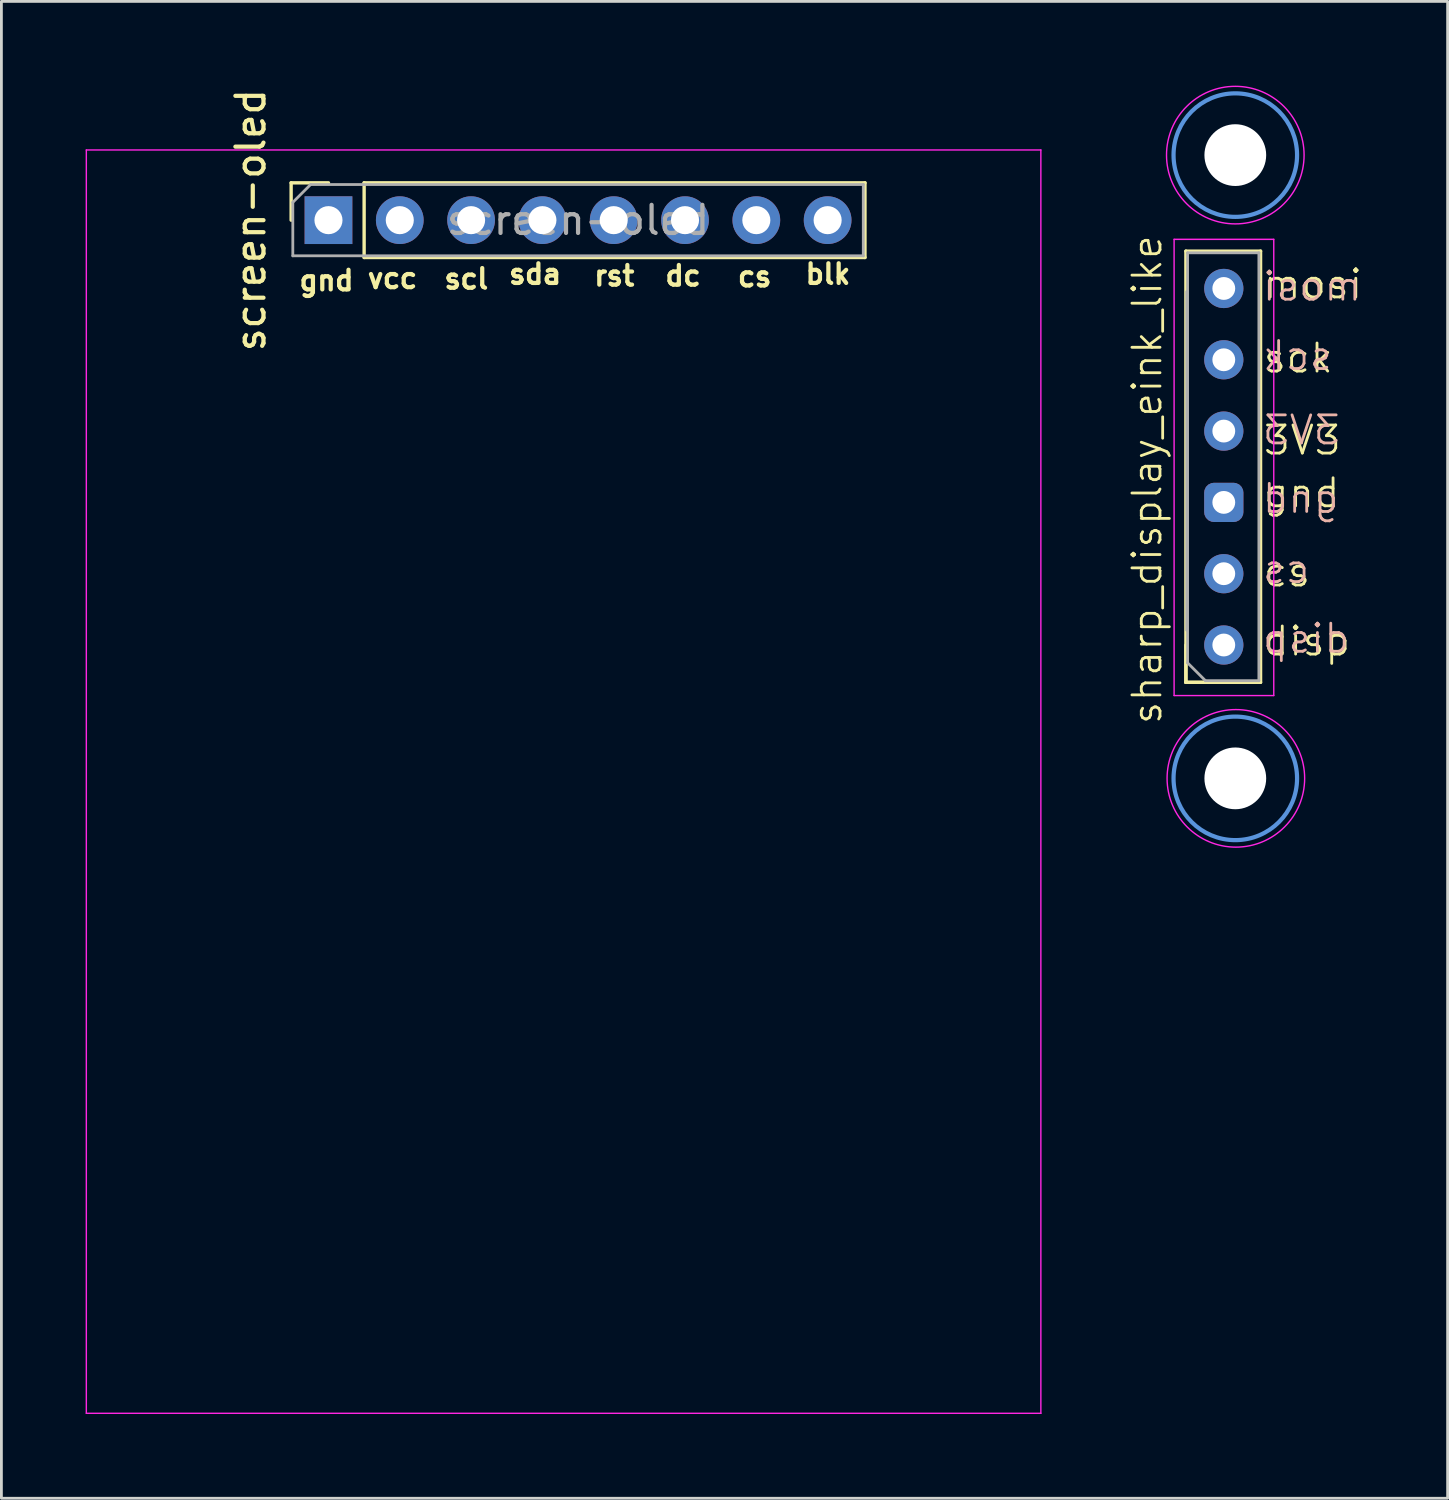
<source format=kicad_pcb>
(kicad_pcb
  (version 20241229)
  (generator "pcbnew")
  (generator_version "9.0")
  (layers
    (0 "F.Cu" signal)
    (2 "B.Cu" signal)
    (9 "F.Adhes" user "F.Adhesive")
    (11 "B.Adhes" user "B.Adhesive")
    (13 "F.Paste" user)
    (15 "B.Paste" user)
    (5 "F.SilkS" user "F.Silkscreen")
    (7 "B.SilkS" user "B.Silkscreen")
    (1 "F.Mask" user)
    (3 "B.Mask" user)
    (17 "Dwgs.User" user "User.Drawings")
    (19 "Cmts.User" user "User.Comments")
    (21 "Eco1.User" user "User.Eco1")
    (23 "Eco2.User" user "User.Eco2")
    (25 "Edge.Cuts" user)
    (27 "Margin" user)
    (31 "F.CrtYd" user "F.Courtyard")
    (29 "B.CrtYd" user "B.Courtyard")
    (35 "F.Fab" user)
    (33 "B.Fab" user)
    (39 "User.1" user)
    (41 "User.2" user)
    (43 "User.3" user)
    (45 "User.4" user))
  (footprint "sharp_display_eink_like"
    (layer "F.Cu")
    (at 40.401 13.675)
    (property "Reference" "sharp_display_eink_like" (at -2.59 0.36 90) (unlocked yes) (layer "F.SilkS") (effects (font (size 1 1) (thickness 0.1))))
    (attr through_hole)
    (fp_line (start -1.21 7.58) (end -1.21 -7.78) (stroke (width 0.12) (type solid)) (layer "F.SilkS"))
    (fp_line (start -1.21 7.58) (end -1.21 6.25) (stroke (width 0.12) (type solid)) (layer "F.SilkS"))
    (fp_line (start 0.12 7.58) (end -1.21 7.58) (stroke (width 0.12) (type solid)) (layer "F.SilkS"))
    (fp_line (start 1.45 -7.78) (end -1.21 -7.78) (stroke (width 0.12) (type solid)) (layer "F.SilkS"))
    (fp_line (start 1.45 7.58) (end -1.21 7.58) (stroke (width 0.12) (type solid)) (layer "F.SilkS"))
    (fp_line (start 1.45 7.58) (end 1.45 -7.78) (stroke (width 0.12) (type solid)) (layer "F.SilkS"))
    (fp_circle (center 0.55 -11.2) (end 2.75 -11.2) (stroke (width 0.15) (type solid)) (fill no) (layer "Cmts.User"))
    (fp_circle (center 0.55 11) (end 2.75 11) (stroke (width 0.15) (type solid)) (fill no) (layer "Cmts.User"))
    (fp_line (start -1.63 -8.2) (end 1.92 -8.2) (stroke (width 0.05) (type solid)) (layer "F.CrtYd"))
    (fp_line (start -1.63 8.05) (end -1.63 -8.2) (stroke (width 0.05) (type solid)) (layer "F.CrtYd"))
    (fp_line (start 1.92 -8.2) (end 1.92 8.05) (stroke (width 0.05) (type solid)) (layer "F.CrtYd"))
    (fp_line (start 1.92 8.05) (end -1.63 8.05) (stroke (width 0.05) (type solid)) (layer "F.CrtYd"))
    (fp_circle (center 0.55 -11.2) (end 3 -11.2) (stroke (width 0.05) (type solid)) (fill no) (layer "F.CrtYd"))
    (fp_circle (center 0.57 11) (end 3.02 11) (stroke (width 0.05) (type solid)) (fill no) (layer "F.CrtYd"))
    (fp_line (start -1.18 5.725) (end -1.18 -6.34) (stroke (width 0.1) (type solid)) (layer "F.Fab"))
    (fp_line (start -1.15 -7.72) (end 1.39 -7.72) (stroke (width 0.1) (type solid)) (layer "F.Fab"))
    (fp_line (start -1.15 6.885) (end -1.15 -7.72) (stroke (width 0.1) (type solid)) (layer "F.Fab"))
    (fp_line (start -0.515 7.52) (end -1.15 6.885) (stroke (width 0.1) (type solid)) (layer "F.Fab"))
    (fp_line (start 1.39 -7.72) (end 1.39 7.52) (stroke (width 0.1) (type solid)) (layer "F.Fab"))
    (fp_line (start 1.39 7.52) (end -0.515 7.52) (stroke (width 0.1) (type solid)) (layer "F.Fab"))
    (fp_text user "cs" (at 1.49 4.24 0) (unlocked yes) (layer "F.SilkS") (effects (font (size 1 1) (thickness 0.1)) (justify left bottom)))
    (fp_text user "3V3" (at 1.49 -0.46 0) (unlocked yes) (layer "F.SilkS") (effects (font (size 1 1) (thickness 0.1)) (justify left bottom)))
    (fp_text user "sck" (at 1.49 -3.38 0) (unlocked yes) (layer "F.SilkS") (effects (font (size 1 1) (thickness 0.1)) (justify left bottom)))
    (fp_text user "mosi" (at 1.49 -6.02 0) (unlocked yes) (layer "F.SilkS") (effects (font (size 1 1) (thickness 0.1)) (justify left bottom)))
    (fp_text user "gnd" (at 1.49 1.42 0) (unlocked yes) (layer "F.SilkS") (effects (font (size 1 1) (thickness 0.1)) (justify left bottom)))
    (fp_text user "disp" (at 1.49 6.7 0) (unlocked yes) (layer "F.SilkS") (effects (font (size 1 1) (thickness 0.1)) (justify left bottom)))
    (fp_text user "3V3" (at 4.35 -0.82 0) (unlocked yes) (layer "B.SilkS") (effects (font (size 1 1) (thickness 0.1)) (justify left bottom mirror)))
    (fp_text user "sck" (at 4.064 -3.47 0) (unlocked yes) (layer "B.SilkS") (effects (font (size 1 1) (thickness 0.1)) (justify left bottom mirror)))
    (fp_text user "gnd" (at 4.302 1.62 0) (unlocked yes) (layer "B.SilkS") (effects (font (size 1 1) (thickness 0.1)) (justify left bottom mirror)))
    (fp_text user "cs" (at 3.255 4.12 0) (unlocked yes) (layer "B.SilkS") (effects (font (size 1 1) (thickness 0.1)) (justify left bottom mirror)))
    (fp_text user "disp" (at 4.683 6.6 0) (unlocked yes) (layer "B.SilkS") (effects (font (size 1 1) (thickness 0.1)) (justify left bottom mirror)))
    (fp_text user "mosi" (at 5.112 -5.94 0) (unlocked yes) (layer "B.SilkS") (effects (font (size 1 1) (thickness 0.1)) (justify left bottom mirror)))
    (pad "" np_thru_hole circle (at 0.55 -11.2) (size 2.2 2.2) (drill 2.2) (layers "*.Cu" "*.Mask"))
    (pad "" np_thru_hole circle (at 0.55 11) (size 2.2 2.2) (drill 2.2) (layers "*.Cu" "*.Mask"))
    (pad "1" thru_hole circle (at 0.14 6.25 180) (size 1.397 1.397) (drill 0.813) (layers "*.Cu" "*.Mask"))
    (pad "2" thru_hole circle (at 0.14 3.71 180) (size 1.397 1.397) (drill 0.813) (layers "*.Cu" "*.Mask"))
    (pad "3" thru_hole roundrect (at 0.14 1.17 180) (size 1.397 1.397) (drill 0.813) (layers "*.Cu" "*.Mask") (roundrect_rratio 0.25))
    (pad "4" thru_hole circle (at 0.14 -1.37 180) (size 1.397 1.397) (drill 0.813) (layers "*.Cu" "*.Mask"))
    (pad "5" thru_hole circle (at 0.14 -3.91 180) (size 1.397 1.397) (drill 0.813) (layers "*.Cu" "*.Mask"))
    (pad "6" thru_hole circle (at 0.14 -6.45 180) (size 1.397 1.397) (drill 0.813) (layers "*.Cu" "*.Mask")))
  (footprint "screen-oled"
    (layer "F.Cu")
    (at 8.65 4.792)
    (property "Reference" "screen-oled" (at -2.77 0 90) (layer "F.SilkS") (effects (font (size 1 1) (thickness 0.15))))
    (attr through_hole)
    (fp_line (start -1.33 -1.33) (end 0 -1.33) (stroke (width 0.12) (type solid)) (layer "F.SilkS"))
    (fp_line (start -1.33 0) (end -1.33 -1.33) (stroke (width 0.12) (type solid)) (layer "F.SilkS"))
    (fp_line (start 1.27 -1.33) (end 19.11 -1.33) (stroke (width 0.12) (type solid)) (layer "F.SilkS"))
    (fp_line (start 1.27 1.33) (end 1.27 -1.33) (stroke (width 0.12) (type solid)) (layer "F.SilkS"))
    (fp_line (start 1.27 1.33) (end 19.11 1.33) (stroke (width 0.12) (type solid)) (layer "F.SilkS"))
    (fp_line (start 19.11 1.33) (end 19.11 -1.33) (stroke (width 0.12) (type solid)) (layer "F.SilkS"))
    (fp_line (start -8.625 42.5) (end -8.625 -2.5) (stroke (width 0.05) (type solid)) (layer "F.CrtYd"))
    (fp_line (start 25.375 -2.5) (end -8.625 -2.5) (stroke (width 0.05) (type solid)) (layer "F.CrtYd"))
    (fp_line (start 25.375 42.5) (end -8.625 42.5) (stroke (width 0.05) (type solid)) (layer "F.CrtYd"))
    (fp_line (start 25.375 42.5) (end 25.375 -2.5) (stroke (width 0.05) (type solid)) (layer "F.CrtYd"))
    (fp_line (start -1.27 -0.635) (end -0.635 -1.27) (stroke (width 0.1) (type solid)) (layer "F.Fab"))
    (fp_line (start -1.27 1.27) (end -1.27 -0.635) (stroke (width 0.1) (type solid)) (layer "F.Fab"))
    (fp_line (start -0.635 -1.27) (end 19.05 -1.27) (stroke (width 0.1) (type solid)) (layer "F.Fab"))
    (fp_line (start 19.05 -1.27) (end 19.05 1.27) (stroke (width 0.1) (type solid)) (layer "F.Fab"))
    (fp_line (start 19.05 1.27) (end -1.27 1.27) (stroke (width 0.1) (type solid)) (layer "F.Fab"))
    (fp_text user "gnd" (at -0.07 2.15 0) (unlocked yes) (layer "F.SilkS") (effects (font (size 0.7 0.7) (thickness 0.15))))
    (fp_text user "dc" (at 12.63 1.98 0) (unlocked yes) (layer "F.SilkS") (effects (font (size 0.7 0.7) (thickness 0.15))))
    (fp_text user "blk" (at 17.79 1.92 0) (unlocked yes) (layer "F.SilkS") (effects (font (size 0.7 0.7) (thickness 0.15))))
    (fp_text user "scl" (at 4.91 2.09 0) (unlocked yes) (layer "F.SilkS") (effects (font (size 0.7 0.7) (thickness 0.15))))
    (fp_text user "cs" (at 15.18 2.01 0) (unlocked yes) (layer "F.SilkS") (effects (font (size 0.7 0.7) (thickness 0.15))))
    (fp_text user "rst" (at 10.18 1.98 0) (unlocked yes) (layer "F.SilkS") (effects (font (size 0.7 0.7) (thickness 0.15))))
    (fp_text user "vcc" (at 2.28 2.07 0) (unlocked yes) (layer "F.SilkS") (effects (font (size 0.7 0.7) (thickness 0.15))))
    (fp_text user "sda" (at 7.36 1.92 0) (unlocked yes) (layer "F.SilkS") (effects (font (size 0.7 0.7) (thickness 0.15))))
    (fp_text user "${REFERENCE}" (at 8.89 0 180) (layer "F.Fab") (effects (font (size 1 1) (thickness 0.15))))
    (pad "1" thru_hole oval (at 17.78 0 90) (size 1.7 1.7) (drill 1) (layers "*.Cu" "*.Mask"))
    (pad "2" thru_hole oval (at 10.16 0 90) (size 1.7 1.7) (drill 1) (layers "*.Cu" "*.Mask"))
    (pad "3" thru_hole oval (at 12.7 0 90) (size 1.7 1.7) (drill 1) (layers "*.Cu" "*.Mask"))
    (pad "4" thru_hole oval (at 15.24 0 90) (size 1.7 1.7) (drill 1) (layers "*.Cu" "*.Mask"))
    (pad "5" thru_hole oval (at 5.08 0 90) (size 1.7 1.7) (drill 1) (layers "*.Cu" "*.Mask"))
    (pad "6" thru_hole oval (at 7.62 0 90) (size 1.7 1.7) (drill 1) (layers "*.Cu" "*.Mask"))
    (pad "7" thru_hole rect (at 0 0 90) (size 1.7 1.7) (drill 1) (layers "*.Cu" "*.Mask"))
    (pad "8" thru_hole oval (at 2.54 0 90) (size 1.7 1.7) (drill 1) (layers "*.Cu" "*.Mask")))
  (gr_rect
    (start -3 -3)
    (end 48.514 50.317)
    (stroke (width 0.1) (type default))
    (fill no)
    (layer "Edge.Cuts")))
</source>
